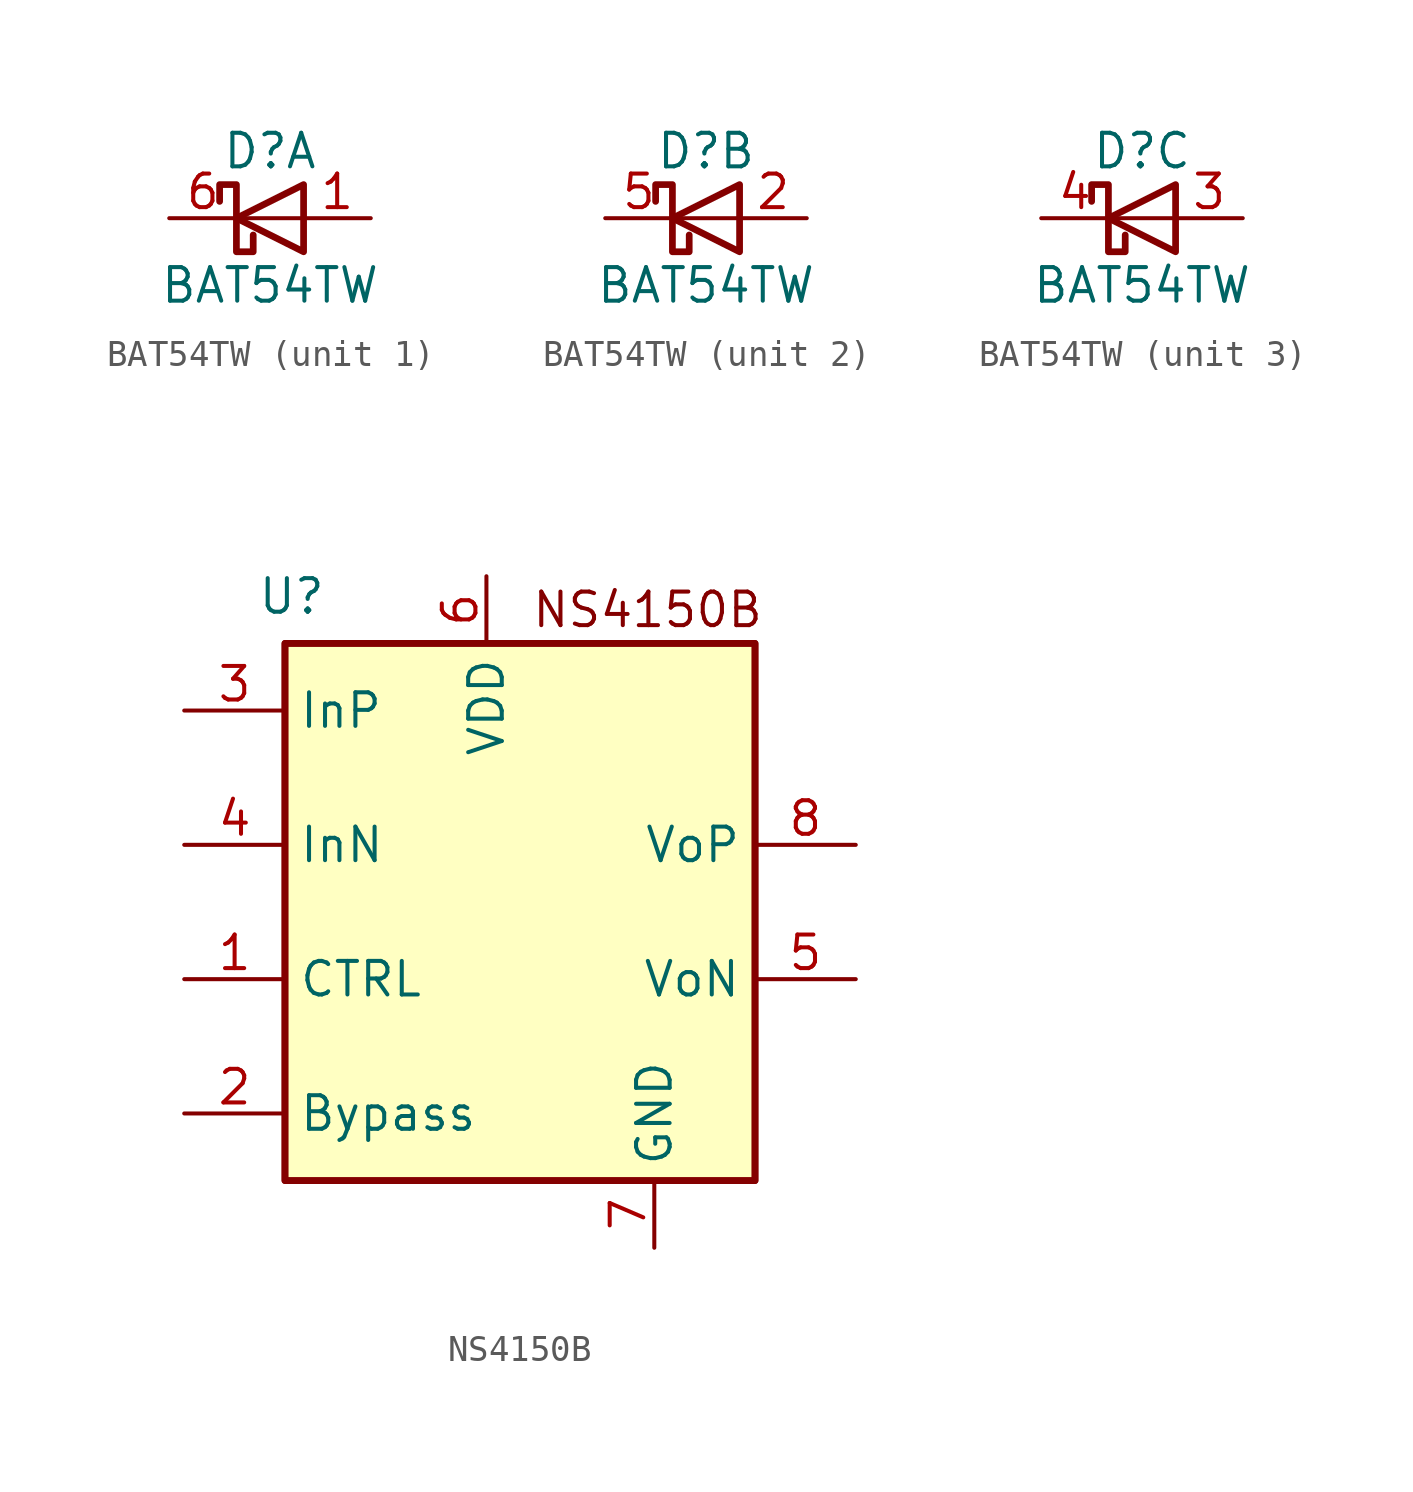
<source format=kicad_sym>
(kicad_symbol_lib
  (version 20231120)
  (generator "kicad_symbol_editor")
  (generator_version "8.0")
  (symbol "BAT54TW"
    (pin_names
      (offset 1.016) hide)
    (property "Reference" "D"
      (at 0 2.54 0)
      (effects (font (size 1.27 1.27))))
    (property "Value" "BAT54TW"
      (at 0 -2.54 0)
      (effects (font (size 1.27 1.27))))
    (symbol "BAT54TW_0_1"
      (polyline (pts (xy 1.27 0) (xy -1.27 0)) (stroke (width 0) (type default)) (fill (type none)))
      (polyline (pts (xy 1.27 1.27) (xy 1.27 -1.27) (xy -1.27 0) (xy 1.27 1.27)) (stroke (width 0.254) (type default)) (fill (type none)))
      (polyline (pts (xy -1.905 0.635) (xy -1.905 1.27) (xy -1.27 1.27) (xy -1.27 -1.27) (xy -0.635 -1.27) (xy -0.635 -0.635)) (stroke (width 0.254) (type default)) (fill (type none))))
    (symbol "BAT54TW_1_1"
      (pin passive line (at 3.81 0 180) (length 2.54) (name "A" (effects (font (size 1.27 1.27)))) (number "1" (effects (font (size 1.27 1.27)))))
      (pin no_connect line (at 0 0 90) (length 2.54) hide (name "NC" (effects (font (size 1.27 1.27)))) (number "2" (effects (font (size 1.27 1.27)))))
      (pin passive line (at -3.81 0 0) (length 2.54) (name "K" (effects (font (size 1.27 1.27)))) (number "6" (effects (font (size 1.27 1.27))))))
    (symbol "BAT54TW_2_1"
      (pin passive line (at 3.81 0 180) (length 2.54) (name "A" (effects (font (size 1.27 1.27)))) (number "2" (effects (font (size 1.27 1.27)))))
      (pin no_connect line (at 0 0 90) (length 2.54) hide (name "NC" (effects (font (size 1.27 1.27)))) (number "2" (effects (font (size 1.27 1.27)))))
      (pin passive line (at -3.81 0 0) (length 2.54) (name "K" (effects (font (size 1.27 1.27)))) (number "5" (effects (font (size 1.27 1.27))))))
    (symbol "BAT54TW_3_1"
      (pin no_connect line (at 0 0 90) (length 2.54) hide (name "NC" (effects (font (size 1.27 1.27)))) (number "2" (effects (font (size 1.27 1.27)))))
      (pin passive line (at 3.81 0 180) (length 2.54) (name "A" (effects (font (size 1.27 1.27)))) (number "3" (effects (font (size 1.27 1.27)))))
      (pin passive line (at -3.81 0 0) (length 2.54) (name "K" (effects (font (size 1.27 1.27)))) (number "4" (effects (font (size 1.27 1.27)))))))
  (symbol "NS4150B"
    (property "Reference" "U"
      (at -8.636 9.398 0)
      (effects (font (size 1.27 1.27))))
    (property "Value" ""
      (at 0 0 0)
      (effects (font (size 1.27 1.27))))
    (symbol "NS4150B_0_1"
      (rectangle (start -8.89 7.62) (end 8.89 -12.7) (stroke (width 0.254) (type default)) (fill (type background)))
      (rectangle (start -8.89 7.62) (end 8.89 -12.7) (stroke (width 0.254) (type default)) (fill (type background))))
    (symbol "NS4150B_1_0"
      (pin power_in line (at -1.27 10.16 270) (length 2.54) (name "VDD" (effects (font (size 1.27 1.27)))) (number "6" (effects (font (size 1.27 1.27)))))
      (pin power_in line (at 5.08 -15.24 90) (length 2.54) (name "GND" (effects (font (size 1.27 1.27)))) (number "7" (effects (font (size 1.27 1.27))))))
    (symbol "NS4150B_1_1"
      (text "NS4150B" (at 4.826 8.89 0) (effects (font (size 1.27 1.27))))
      (pin input line (at -12.7 -5.08 0) (length 3.81) (name "CTRL" (effects (font (size 1.27 1.27)))) (number "1" (effects (font (size 1.27 1.27)))))
      (pin input line (at -12.7 -10.16 0) (length 3.81) (name "Bypass" (effects (font (size 1.27 1.27)))) (number "2" (effects (font (size 1.27 1.27)))))
      (pin input line (at -12.7 5.08 0) (length 3.81) (name "InP" (effects (font (size 1.27 1.27)))) (number "3" (effects (font (size 1.27 1.27)))))
      (pin input line (at -12.7 0 0) (length 3.81) (name "InN" (effects (font (size 1.27 1.27)))) (number "4" (effects (font (size 1.27 1.27)))))
      (pin output line (at 12.7 -5.08 180) (length 3.81) (name "VoN" (effects (font (size 1.27 1.27)))) (number "5" (effects (font (size 1.27 1.27)))))
      (pin output line (at 12.7 0 180) (length 3.81) (name "VoP" (effects (font (size 1.27 1.27)))) (number "8" (effects (font (size 1.27 1.27))))))))
</source>
